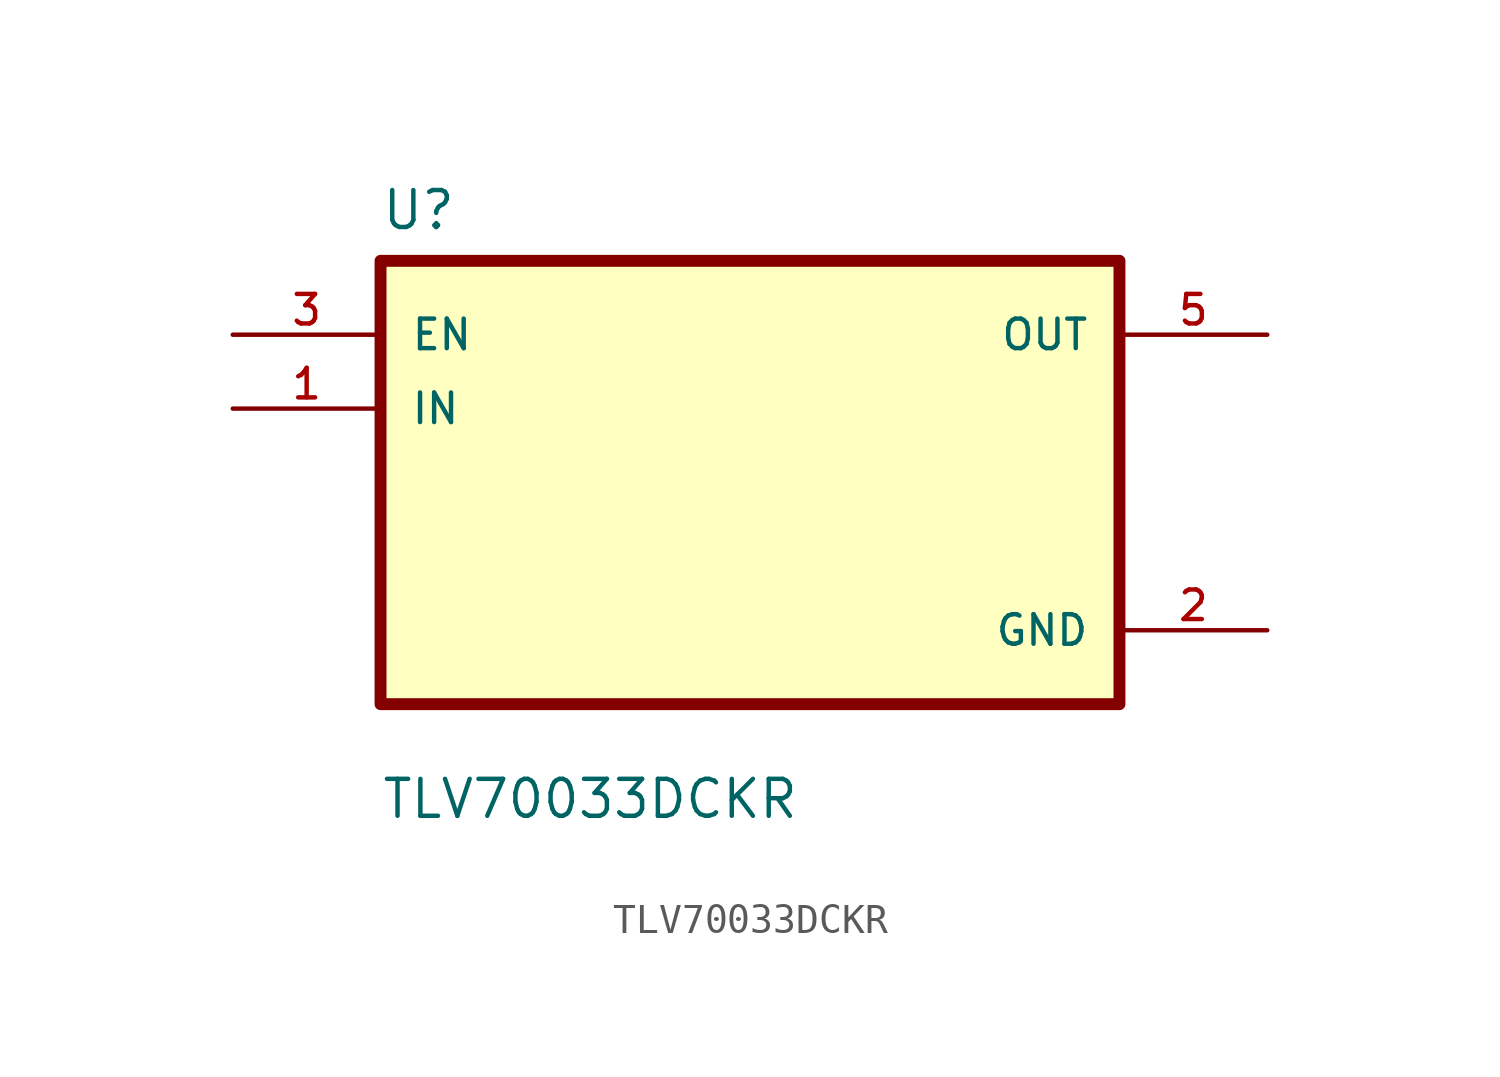
<source format=kicad_sym>
(kicad_symbol_lib
  (version 20211014)
  (generator kicad_symbol_editor)
  (symbol "TLV70033DCKR"
    (pin_names
      (offset 1.016))
    (property "Reference" "U"
      (at -12.7 8.62 0.0)
      (effects (font (size 1.27 1.27)) (justify bottom left)))
    (property "Value" "TLV70033DCKR"
      (at -12.7 -11.62 0.0)
      (effects (font (size 1.27 1.27)) (justify bottom left)))
    (symbol "TLV70033DCKR_0_0"
      (rectangle (start -12.7 -7.62) (end 12.7 7.62) (stroke (width 0.41)) (fill (type background)))
      (pin input line (at -17.78 5.08 0) (length 5.08) (name "EN" (effects (font (size 1.016 1.016)))) (number "3" (effects (font (size 1.016 1.016)))))
      (pin input line (at -17.78 2.54 0) (length 5.08) (name "IN" (effects (font (size 1.016 1.016)))) (number "1" (effects (font (size 1.016 1.016)))))
      (pin output line (at 17.78 5.08 180.0) (length 5.08) (name "OUT" (effects (font (size 1.016 1.016)))) (number "5" (effects (font (size 1.016 1.016)))))
      (pin power_in line (at 17.78 -5.08 180.0) (length 5.08) (name "GND" (effects (font (size 1.016 1.016)))) (number "2" (effects (font (size 1.016 1.016))))))))
</source>
